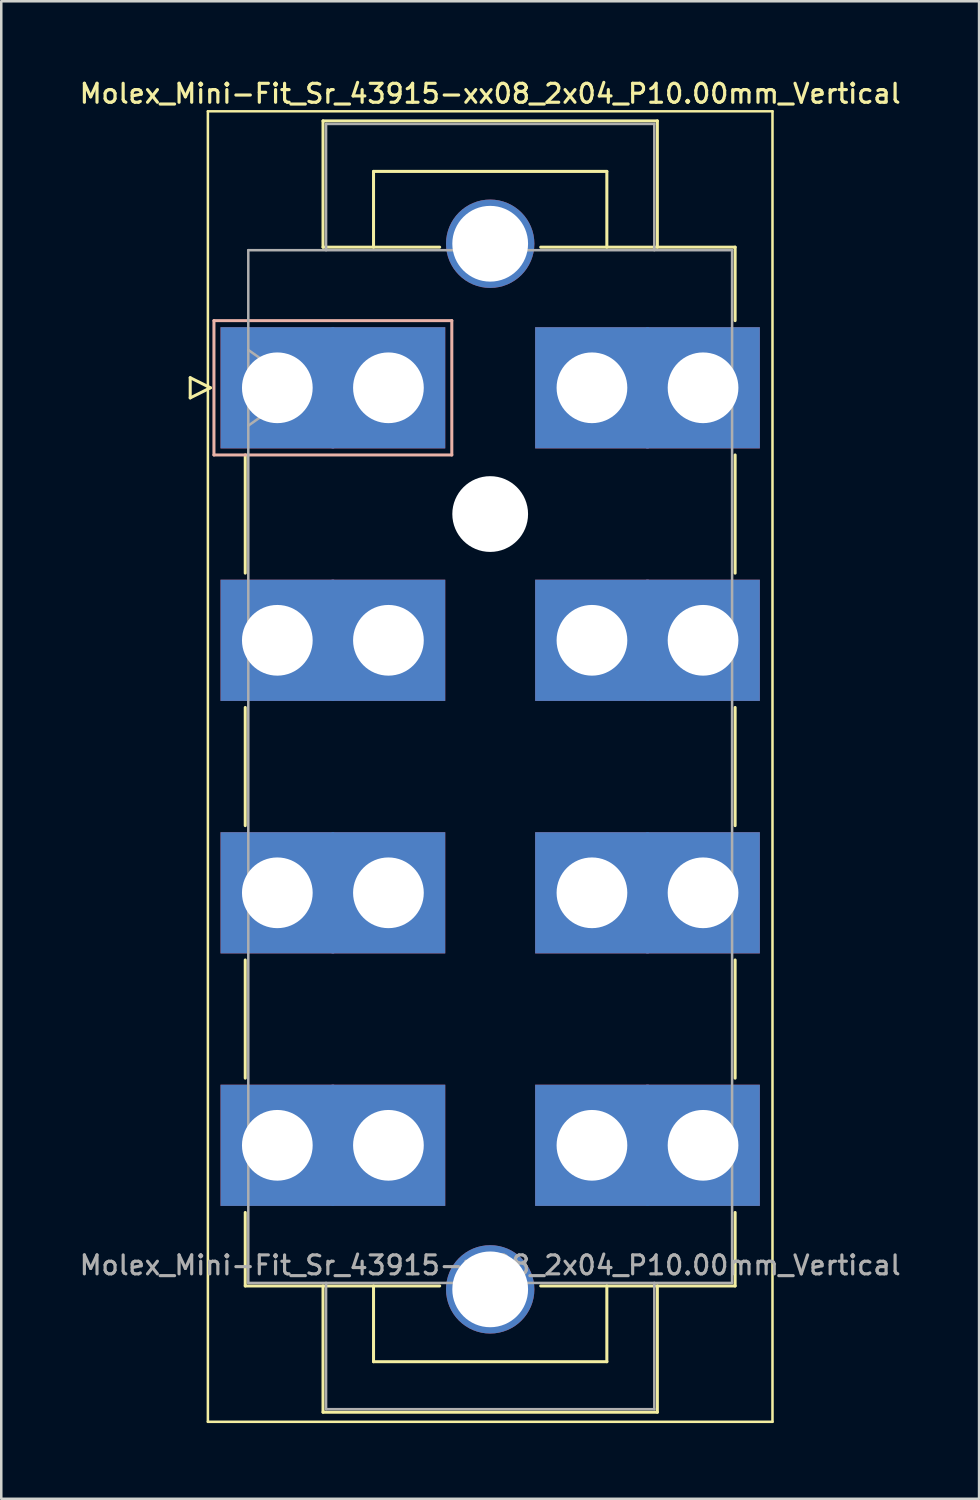
<source format=kicad_pcb>
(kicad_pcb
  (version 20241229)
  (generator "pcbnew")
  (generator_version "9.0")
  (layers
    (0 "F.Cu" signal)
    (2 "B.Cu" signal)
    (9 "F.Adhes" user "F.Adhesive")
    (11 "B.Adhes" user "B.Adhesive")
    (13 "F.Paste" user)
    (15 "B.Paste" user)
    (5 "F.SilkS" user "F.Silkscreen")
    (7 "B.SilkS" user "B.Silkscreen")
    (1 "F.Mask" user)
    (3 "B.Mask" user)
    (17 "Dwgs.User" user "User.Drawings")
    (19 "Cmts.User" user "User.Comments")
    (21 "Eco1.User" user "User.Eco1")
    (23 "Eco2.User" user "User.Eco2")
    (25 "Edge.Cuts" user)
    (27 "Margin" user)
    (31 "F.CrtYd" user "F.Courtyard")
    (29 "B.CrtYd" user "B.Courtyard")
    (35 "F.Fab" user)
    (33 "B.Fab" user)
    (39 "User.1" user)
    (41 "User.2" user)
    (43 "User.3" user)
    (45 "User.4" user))
  (footprint "Molex_Mini-Fit_Sr_43915-xx08_2x04_P10.00mm_Vertical"
    (layer "F.Cu")
    (at 7.933 12.308)
    (property "Reference" "Molex_Mini-Fit_Sr_43915-xx08_2x04_P10.00mm_Vertical" (at 8.43 -11.65 0) (layer "F.SilkS") (effects (font (size 0.75 0.75) (thickness 0.125))))
    (attr through_hole)
    (fp_line (start -3.45 -0.4) (end -3.45 0.4) (stroke (width 0.12) (type solid)) (layer "F.SilkS"))
    (fp_line (start -3.45 0.4) (end -2.65 0) (stroke (width 0.12) (type solid)) (layer "F.SilkS"))
    (fp_line (start -2.75 -10.95) (end -2.75 40.95) (stroke (width 0.1) (type solid)) (layer "F.SilkS"))
    (fp_line (start -2.75 40.95) (end 19.61 40.95) (stroke (width 0.1) (type solid)) (layer "F.SilkS"))
    (fp_line (start -2.65 0) (end -3.45 -0.4) (stroke (width 0.12) (type solid)) (layer "F.SilkS"))
    (fp_line (start -1.27 2.66) (end -1.27 7.34) (stroke (width 0.12) (type solid)) (layer "F.SilkS"))
    (fp_line (start -1.27 12.66) (end -1.27 17.34) (stroke (width 0.12) (type solid)) (layer "F.SilkS"))
    (fp_line (start -1.27 22.66) (end -1.27 27.34) (stroke (width 0.12) (type solid)) (layer "F.SilkS"))
    (fp_line (start -1.27 32.66) (end -1.27 35.57) (stroke (width 0.12) (type solid)) (layer "F.SilkS"))
    (fp_line (start -1.27 35.57) (end 6.43 35.57) (stroke (width 0.12) (type solid)) (layer "F.SilkS"))
    (fp_line (start 1.81 -10.57) (end 15.05 -10.57) (stroke (width 0.12) (type solid)) (layer "F.SilkS"))
    (fp_line (start 1.81 -5.57) (end 1.81 -10.57) (stroke (width 0.12) (type solid)) (layer "F.SilkS"))
    (fp_line (start 1.81 35.57) (end 1.81 40.57) (stroke (width 0.12) (type solid)) (layer "F.SilkS"))
    (fp_line (start 1.81 40.57) (end 15.05 40.57) (stroke (width 0.12) (type solid)) (layer "F.SilkS"))
    (fp_line (start 3.81 -8.57) (end 13.05 -8.57) (stroke (width 0.12) (type solid)) (layer "F.SilkS"))
    (fp_line (start 3.81 -5.57) (end 3.81 -8.57) (stroke (width 0.12) (type solid)) (layer "F.SilkS"))
    (fp_line (start 3.81 35.57) (end 3.81 38.57) (stroke (width 0.12) (type solid)) (layer "F.SilkS"))
    (fp_line (start 3.81 38.57) (end 13.05 38.57) (stroke (width 0.12) (type solid)) (layer "F.SilkS"))
    (fp_line (start 6.43 -5.57) (end 1.81 -5.57) (stroke (width 0.12) (type solid)) (layer "F.SilkS"))
    (fp_line (start 13.05 -8.57) (end 13.05 -5.57) (stroke (width 0.12) (type solid)) (layer "F.SilkS"))
    (fp_line (start 13.05 38.57) (end 13.05 35.57) (stroke (width 0.12) (type solid)) (layer "F.SilkS"))
    (fp_line (start 15.05 -10.57) (end 15.05 -5.57) (stroke (width 0.12) (type solid)) (layer "F.SilkS"))
    (fp_line (start 15.05 40.57) (end 15.05 35.57) (stroke (width 0.12) (type solid)) (layer "F.SilkS"))
    (fp_line (start 18.13 -5.57) (end 10.43 -5.57) (stroke (width 0.12) (type solid)) (layer "F.SilkS"))
    (fp_line (start 18.13 -2.66) (end 18.13 -5.57) (stroke (width 0.12) (type solid)) (layer "F.SilkS"))
    (fp_line (start 18.13 2.66) (end 18.13 7.34) (stroke (width 0.12) (type solid)) (layer "F.SilkS"))
    (fp_line (start 18.13 12.66) (end 18.13 17.34) (stroke (width 0.12) (type solid)) (layer "F.SilkS"))
    (fp_line (start 18.13 22.66) (end 18.13 27.34) (stroke (width 0.12) (type solid)) (layer "F.SilkS"))
    (fp_line (start 18.13 32.66) (end 18.13 35.57) (stroke (width 0.12) (type solid)) (layer "F.SilkS"))
    (fp_line (start 18.13 35.57) (end 10.43 35.57) (stroke (width 0.12) (type solid)) (layer "F.SilkS"))
    (fp_line (start 19.61 -10.95) (end -2.75 -10.95) (stroke (width 0.1) (type solid)) (layer "F.SilkS"))
    (fp_line (start 19.61 40.95) (end 19.61 -10.95) (stroke (width 0.1) (type solid)) (layer "F.SilkS"))
    (fp_line (start -2.51 -2.66) (end -2.51 2.66) (stroke (width 0.12) (type solid)) (layer "B.SilkS"))
    (fp_line (start -2.51 2.66) (end 6.91 2.66) (stroke (width 0.12) (type solid)) (layer "B.SilkS"))
    (fp_line (start 6.91 -2.66) (end -2.51 -2.66) (stroke (width 0.12) (type solid)) (layer "B.SilkS"))
    (fp_line (start 6.91 2.66) (end 6.91 -2.66) (stroke (width 0.12) (type solid)) (layer "B.SilkS"))
    (fp_line (start -1.15 -5.45) (end -1.15 35.45) (stroke (width 0.1) (type solid)) (layer "F.Fab"))
    (fp_line (start -1.15 -1.5) (end 0.971 0) (stroke (width 0.1) (type solid)) (layer "F.Fab"))
    (fp_line (start -1.15 35.45) (end 18.01 35.45) (stroke (width 0.1) (type solid)) (layer "F.Fab"))
    (fp_line (start 0.971 0) (end -1.15 1.5) (stroke (width 0.1) (type solid)) (layer "F.Fab"))
    (fp_line (start 1.93 -10.45) (end 14.93 -10.45) (stroke (width 0.1) (type solid)) (layer "F.Fab"))
    (fp_line (start 1.93 -5.45) (end 1.93 -10.45) (stroke (width 0.1) (type solid)) (layer "F.Fab"))
    (fp_line (start 1.93 35.45) (end 1.93 40.45) (stroke (width 0.1) (type solid)) (layer "F.Fab"))
    (fp_line (start 1.93 40.45) (end 14.93 40.45) (stroke (width 0.1) (type solid)) (layer "F.Fab"))
    (fp_line (start 14.93 -10.45) (end 14.93 -5.45) (stroke (width 0.1) (type solid)) (layer "F.Fab"))
    (fp_line (start 14.93 40.45) (end 14.93 35.45) (stroke (width 0.1) (type solid)) (layer "F.Fab"))
    (fp_line (start 18.01 -5.45) (end -1.15 -5.45) (stroke (width 0.1) (type solid)) (layer "F.Fab"))
    (fp_line (start 18.01 35.45) (end 18.01 -5.45) (stroke (width 0.1) (type solid)) (layer "F.Fab"))
    (fp_text user "${REFERENCE}" (at 8.43 34.75 0) (layer "F.Fab") (effects (font (size 0.75 0.75) (thickness 0.125))))
    (pad "" thru_hole circle (at 8.43 -5.705) (size 3.5 3.5) (drill 3) (layers "*.Cu" "*.Mask"))
    (pad "" np_thru_hole circle (at 8.43 5) (size 3 3) (drill 3) (layers "*.Cu" "*.Mask"))
    (pad "" thru_hole circle (at 8.43 35.705) (size 3.5 3.5) (drill 3) (layers "*.Cu" "*.Mask"))
    (pad "1" thru_hole rect (at 0 0) (size 4.5 4.8) (drill 2.8) (layers "*.Cu" "*.Mask"))
    (pad "1" thru_hole rect (at 4.4 0) (size 4.5 4.8) (drill 2.8) (layers "*.Cu" "*.Mask"))
    (pad "2" thru_hole rect (at 0 10) (size 4.5 4.8) (drill 2.8) (layers "*.Cu" "*.Mask"))
    (pad "2" thru_hole rect (at 4.4 10) (size 4.5 4.8) (drill 2.8) (layers "*.Cu" "*.Mask"))
    (pad "3" thru_hole rect (at 0 20) (size 4.5 4.8) (drill 2.8) (layers "*.Cu" "*.Mask"))
    (pad "3" thru_hole rect (at 4.4 20) (size 4.5 4.8) (drill 2.8) (layers "*.Cu" "*.Mask"))
    (pad "4" thru_hole rect (at 0 30) (size 4.5 4.8) (drill 2.8) (layers "*.Cu" "*.Mask"))
    (pad "4" thru_hole rect (at 4.4 30) (size 4.5 4.8) (drill 2.8) (layers "*.Cu" "*.Mask"))
    (pad "5" thru_hole rect (at 12.46 0) (size 4.5 4.8) (drill 2.8) (layers "*.Cu" "*.Mask"))
    (pad "5" thru_hole rect (at 16.86 0) (size 4.5 4.8) (drill 2.8) (layers "*.Cu" "*.Mask"))
    (pad "6" thru_hole rect (at 12.46 10) (size 4.5 4.8) (drill 2.8) (layers "*.Cu" "*.Mask"))
    (pad "6" thru_hole rect (at 16.86 10) (size 4.5 4.8) (drill 2.8) (layers "*.Cu" "*.Mask"))
    (pad "7" thru_hole rect (at 12.46 20) (size 4.5 4.8) (drill 2.8) (layers "*.Cu" "*.Mask"))
    (pad "7" thru_hole rect (at 16.86 20) (size 4.5 4.8) (drill 2.8) (layers "*.Cu" "*.Mask"))
    (pad "8" thru_hole rect (at 12.46 30) (size 4.5 4.8) (drill 2.8) (layers "*.Cu" "*.Mask"))
    (pad "8" thru_hole rect (at 16.86 30) (size 4.5 4.8) (drill 2.8) (layers "*.Cu" "*.Mask")))
  (gr_rect
    (start -3 -3)
    (end 35.725 56.308)
    (stroke (width 0.1) (type default))
    (fill no)
    (layer "Edge.Cuts")))
</source>
